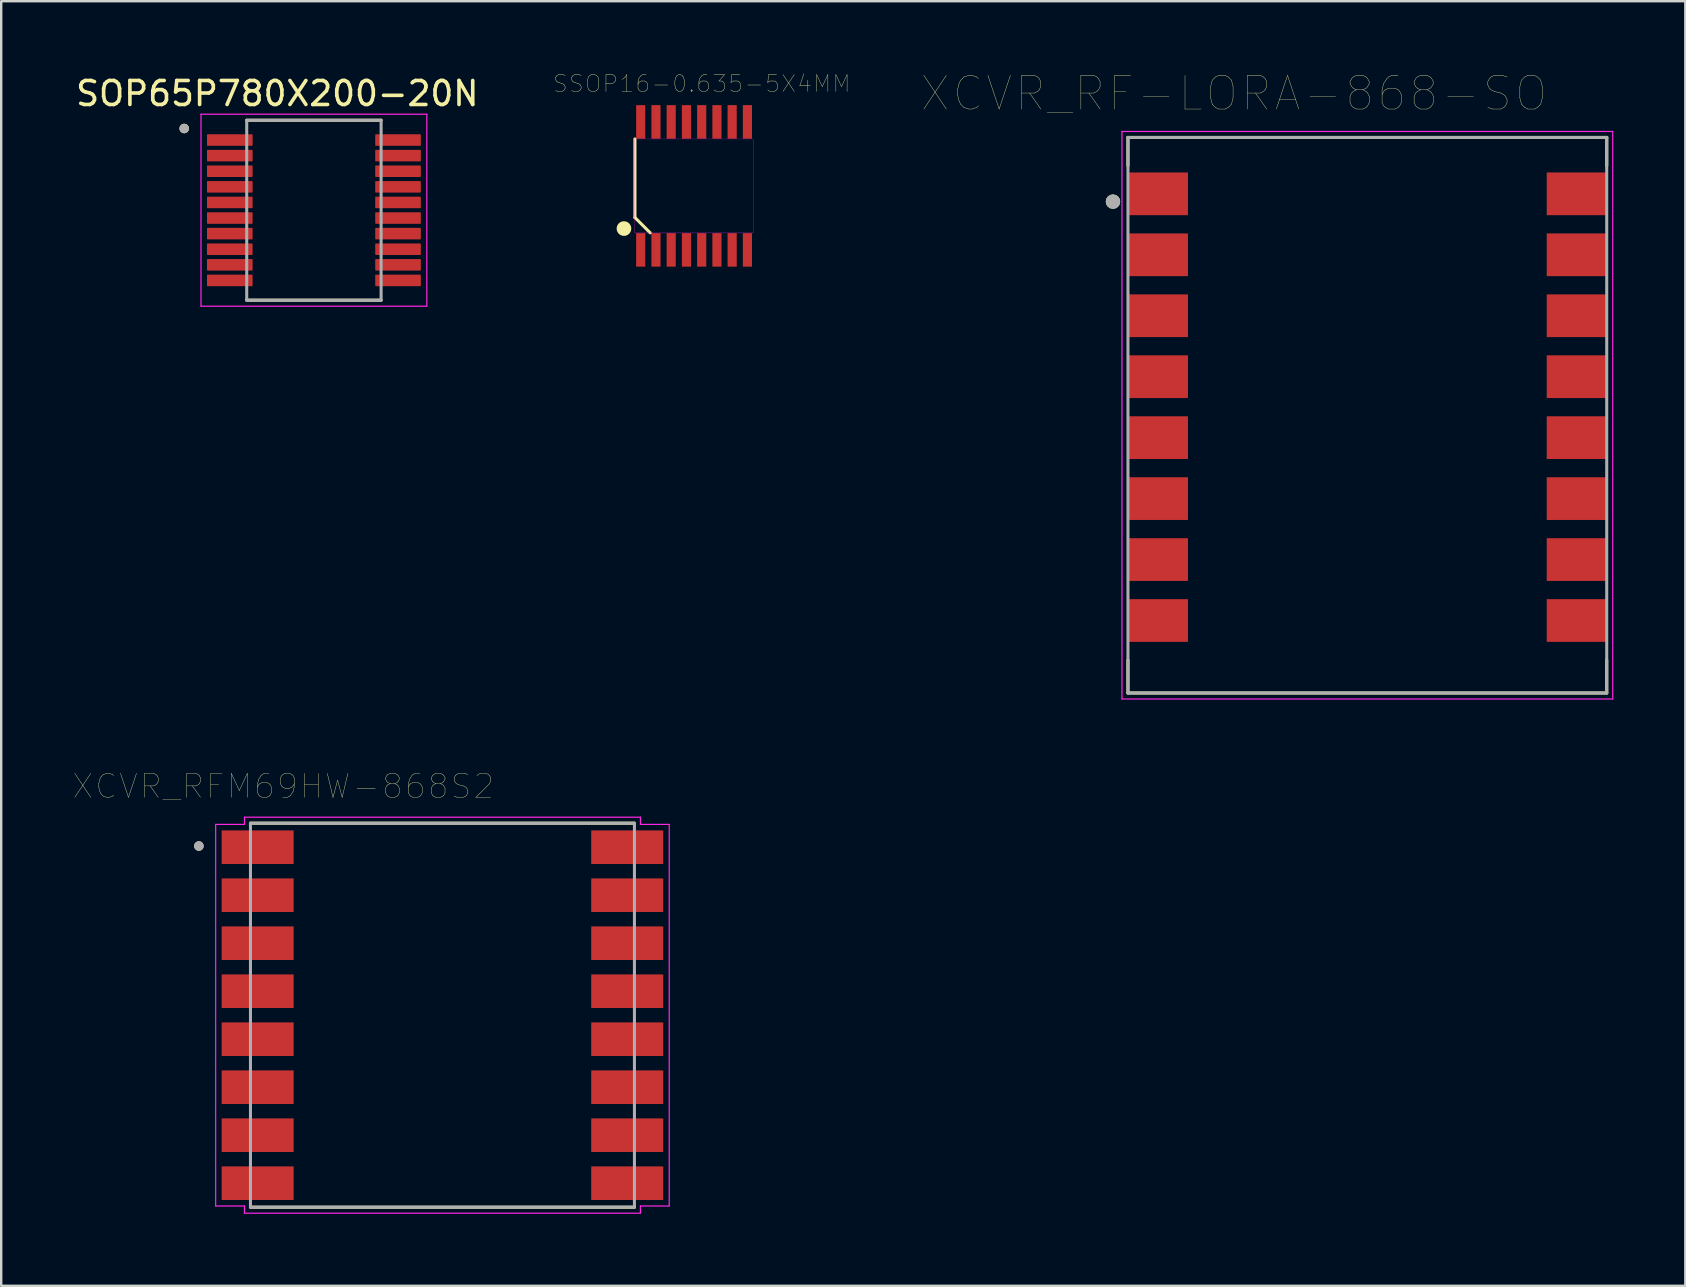
<source format=kicad_pcb>
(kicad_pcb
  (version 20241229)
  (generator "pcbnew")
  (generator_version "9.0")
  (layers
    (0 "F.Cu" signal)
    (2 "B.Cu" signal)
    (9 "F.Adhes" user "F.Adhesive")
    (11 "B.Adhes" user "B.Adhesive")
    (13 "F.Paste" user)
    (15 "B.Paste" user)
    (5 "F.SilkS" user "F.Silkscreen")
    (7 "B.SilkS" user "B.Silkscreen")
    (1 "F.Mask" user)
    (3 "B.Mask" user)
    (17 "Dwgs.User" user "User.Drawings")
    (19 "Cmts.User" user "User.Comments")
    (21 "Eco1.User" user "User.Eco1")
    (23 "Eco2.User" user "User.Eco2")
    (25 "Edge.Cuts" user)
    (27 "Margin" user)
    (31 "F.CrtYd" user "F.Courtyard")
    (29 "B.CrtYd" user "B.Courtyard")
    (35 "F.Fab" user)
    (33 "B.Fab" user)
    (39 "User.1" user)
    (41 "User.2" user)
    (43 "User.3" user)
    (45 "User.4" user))
  (footprint "XCVR_RF-LORA-868-SO"
    (layer "F.Cu")
    (at 53.928 14.252)
    (property "Reference" "XCVR_RF-LORA-868-SO" (at -5.562 -13.406 0) (layer "F.SilkS") (effects (font (size 1.402 1.402) (thickness 0.015))))
    (attr through_hole)
    (fp_line (start -9.975 -11.575) (end -9.975 -10.4) (stroke (width 0.127) (type solid)) (layer "F.SilkS"))
    (fp_line (start -9.975 11.575) (end -9.975 10.2) (stroke (width 0.127) (type solid)) (layer "F.SilkS"))
    (fp_line (start -9.975 11.575) (end 9.975 11.575) (stroke (width 0.127) (type solid)) (layer "F.SilkS"))
    (fp_line (start 9.975 -11.575) (end -9.975 -11.575) (stroke (width 0.127) (type solid)) (layer "F.SilkS"))
    (fp_line (start 9.975 -11.575) (end 9.975 -10.4) (stroke (width 0.127) (type solid)) (layer "F.SilkS"))
    (fp_line (start 9.975 11.575) (end 9.975 10.2) (stroke (width 0.127) (type solid)) (layer "F.SilkS"))
    (fp_circle (center -10.6 -8.9) (end -10.45 -8.9) (stroke (width 0.3) (type solid)) (fill no) (layer "F.SilkS"))
    (fp_line (start -10.225 -11.825) (end 10.225 -11.825) (stroke (width 0.05) (type solid)) (layer "F.CrtYd"))
    (fp_line (start -10.225 11.825) (end -10.225 -11.825) (stroke (width 0.05) (type solid)) (layer "F.CrtYd"))
    (fp_line (start 10.225 -11.825) (end 10.225 11.825) (stroke (width 0.05) (type solid)) (layer "F.CrtYd"))
    (fp_line (start 10.225 11.825) (end -10.225 11.825) (stroke (width 0.05) (type solid)) (layer "F.CrtYd"))
    (fp_line (start -9.975 -11.575) (end 9.975 -11.575) (stroke (width 0.127) (type solid)) (layer "F.Fab"))
    (fp_line (start -9.975 11.575) (end -9.975 -11.575) (stroke (width 0.127) (type solid)) (layer "F.Fab"))
    (fp_line (start 9.975 -11.575) (end 9.975 11.575) (stroke (width 0.127) (type solid)) (layer "F.Fab"))
    (fp_line (start 9.975 11.575) (end -9.975 11.575) (stroke (width 0.127) (type solid)) (layer "F.Fab"))
    (fp_circle (center -10.6 -8.9) (end -10.45 -8.9) (stroke (width 0.3) (type solid)) (fill no) (layer "F.Fab"))
    (pad "1" smd rect (at -8.725 -9.225) (size 2.5 1.78) (layers "F.Cu" "F.Mask" "F.Paste"))
    (pad "2" smd rect (at -8.725 -6.685) (size 2.5 1.78) (layers "F.Cu" "F.Mask" "F.Paste"))
    (pad "3" smd rect (at -8.725 -4.145) (size 2.5 1.78) (layers "F.Cu" "F.Mask" "F.Paste"))
    (pad "4" smd rect (at -8.725 -1.605) (size 2.5 1.78) (layers "F.Cu" "F.Mask" "F.Paste"))
    (pad "5" smd rect (at -8.725 0.935) (size 2.5 1.78) (layers "F.Cu" "F.Mask" "F.Paste"))
    (pad "6" smd rect (at -8.725 3.475) (size 2.5 1.78) (layers "F.Cu" "F.Mask" "F.Paste"))
    (pad "7" smd rect (at -8.725 6.015) (size 2.5 1.78) (layers "F.Cu" "F.Mask" "F.Paste"))
    (pad "8" smd rect (at -8.725 8.555) (size 2.5 1.78) (layers "F.Cu" "F.Mask" "F.Paste"))
    (pad "9" smd rect (at 8.725 8.555) (size 2.5 1.78) (layers "F.Cu" "F.Mask" "F.Paste"))
    (pad "10" smd rect (at 8.725 6.015) (size 2.5 1.78) (layers "F.Cu" "F.Mask" "F.Paste"))
    (pad "11" smd rect (at 8.725 3.475) (size 2.5 1.78) (layers "F.Cu" "F.Mask" "F.Paste"))
    (pad "12" smd rect (at 8.725 0.935) (size 2.5 1.78) (layers "F.Cu" "F.Mask" "F.Paste"))
    (pad "13" smd rect (at 8.725 -1.605) (size 2.5 1.78) (layers "F.Cu" "F.Mask" "F.Paste"))
    (pad "14" smd rect (at 8.725 -4.145) (size 2.5 1.78) (layers "F.Cu" "F.Mask" "F.Paste"))
    (pad "15" smd rect (at 8.725 -6.685) (size 2.5 1.78) (layers "F.Cu" "F.Mask" "F.Paste"))
    (pad "16" smd rect (at 8.725 -9.225) (size 2.5 1.78) (layers "F.Cu" "F.Mask" "F.Paste")))
  (footprint "SOP65P780X200-20N"
    (layer "F.Cu")
    (at 10.031 5.71)
    (property "Reference" "SOP65P780X200-20N" (at -1.525 -4.862 0) (layer "F.SilkS") (effects (font (size 1 1) (thickness 0.15))))
    (attr through_hole)
    (fp_line (start -2.8 -3.75) (end 2.8 -3.75) (stroke (width 0.127) (type solid)) (layer "F.SilkS"))
    (fp_line (start -2.8 3.75) (end 2.8 3.75) (stroke (width 0.127) (type solid)) (layer "F.SilkS"))
    (fp_circle (center -5.405 -3.405) (end -5.305 -3.405) (stroke (width 0.2) (type solid)) (fill no) (layer "F.SilkS"))
    (fp_line (start -4.705 -4) (end -4.705 4) (stroke (width 0.05) (type solid)) (layer "F.CrtYd"))
    (fp_line (start -4.705 -4) (end 4.705 -4) (stroke (width 0.05) (type solid)) (layer "F.CrtYd"))
    (fp_line (start -4.705 4) (end 4.705 4) (stroke (width 0.05) (type solid)) (layer "F.CrtYd"))
    (fp_line (start 4.705 -4) (end 4.705 4) (stroke (width 0.05) (type solid)) (layer "F.CrtYd"))
    (fp_line (start -2.8 -3.75) (end -2.8 3.75) (stroke (width 0.127) (type solid)) (layer "F.Fab"))
    (fp_line (start -2.8 -3.75) (end 2.8 -3.75) (stroke (width 0.127) (type solid)) (layer "F.Fab"))
    (fp_line (start -2.8 3.75) (end 2.8 3.75) (stroke (width 0.127) (type solid)) (layer "F.Fab"))
    (fp_line (start 2.8 -3.75) (end 2.8 3.75) (stroke (width 0.127) (type solid)) (layer "F.Fab"))
    (fp_circle (center -5.405 -3.405) (end -5.305 -3.405) (stroke (width 0.2) (type solid)) (fill no) (layer "F.Fab"))
    (pad "1" smd roundrect (at -3.505 -2.925) (size 1.9 0.48) (layers "F.Cu" "F.Mask" "F.Paste") (roundrect_rratio 0.06))
    (pad "2" smd roundrect (at -3.505 -2.275) (size 1.9 0.48) (layers "F.Cu" "F.Mask" "F.Paste") (roundrect_rratio 0.06))
    (pad "3" smd roundrect (at -3.505 -1.625) (size 1.9 0.48) (layers "F.Cu" "F.Mask" "F.Paste") (roundrect_rratio 0.06))
    (pad "4" smd roundrect (at -3.505 -0.975) (size 1.9 0.48) (layers "F.Cu" "F.Mask" "F.Paste") (roundrect_rratio 0.06))
    (pad "5" smd roundrect (at -3.505 -0.325) (size 1.9 0.48) (layers "F.Cu" "F.Mask" "F.Paste") (roundrect_rratio 0.06))
    (pad "6" smd roundrect (at -3.505 0.325) (size 1.9 0.48) (layers "F.Cu" "F.Mask" "F.Paste") (roundrect_rratio 0.06))
    (pad "7" smd roundrect (at -3.505 0.975) (size 1.9 0.48) (layers "F.Cu" "F.Mask" "F.Paste") (roundrect_rratio 0.06))
    (pad "8" smd roundrect (at -3.505 1.625) (size 1.9 0.48) (layers "F.Cu" "F.Mask" "F.Paste") (roundrect_rratio 0.06))
    (pad "9" smd roundrect (at -3.505 2.275) (size 1.9 0.48) (layers "F.Cu" "F.Mask" "F.Paste") (roundrect_rratio 0.06))
    (pad "10" smd roundrect (at -3.505 2.925) (size 1.9 0.48) (layers "F.Cu" "F.Mask" "F.Paste") (roundrect_rratio 0.06))
    (pad "11" smd roundrect (at 3.505 2.925) (size 1.9 0.48) (layers "F.Cu" "F.Mask" "F.Paste") (roundrect_rratio 0.06))
    (pad "12" smd roundrect (at 3.505 2.275) (size 1.9 0.48) (layers "F.Cu" "F.Mask" "F.Paste") (roundrect_rratio 0.06))
    (pad "13" smd roundrect (at 3.505 1.625) (size 1.9 0.48) (layers "F.Cu" "F.Mask" "F.Paste") (roundrect_rratio 0.06))
    (pad "14" smd roundrect (at 3.505 0.975) (size 1.9 0.48) (layers "F.Cu" "F.Mask" "F.Paste") (roundrect_rratio 0.06))
    (pad "15" smd roundrect (at 3.505 0.325) (size 1.9 0.48) (layers "F.Cu" "F.Mask" "F.Paste") (roundrect_rratio 0.06))
    (pad "16" smd roundrect (at 3.505 -0.325) (size 1.9 0.48) (layers "F.Cu" "F.Mask" "F.Paste") (roundrect_rratio 0.06))
    (pad "17" smd roundrect (at 3.505 -0.975) (size 1.9 0.48) (layers "F.Cu" "F.Mask" "F.Paste") (roundrect_rratio 0.06))
    (pad "18" smd roundrect (at 3.505 -1.625) (size 1.9 0.48) (layers "F.Cu" "F.Mask" "F.Paste") (roundrect_rratio 0.06))
    (pad "19" smd roundrect (at 3.505 -2.275) (size 1.9 0.48) (layers "F.Cu" "F.Mask" "F.Paste") (roundrect_rratio 0.06))
    (pad "20" smd roundrect (at 3.505 -2.925) (size 1.9 0.48) (layers "F.Cu" "F.Mask" "F.Paste") (roundrect_rratio 0.06)))
  (footprint "XCVR_RFM69HW-868S2"
    (layer "F.Cu")
    (at 15.387 39.254)
    (property "Reference" "XCVR_RFM69HW-868S2" (at -6.631 -9.54 0) (layer "F.SilkS") (effects (font (size 1 1) (thickness 0.015))))
    (attr through_hole)
    (fp_line (start -8 -8) (end 8 -8) (stroke (width 0.127) (type solid)) (layer "F.SilkS"))
    (fp_line (start -8 8) (end 8 8) (stroke (width 0.127) (type solid)) (layer "F.SilkS"))
    (fp_circle (center -10.15 -7.05) (end -10.05 -7.05) (stroke (width 0.2) (type solid)) (fill no) (layer "F.SilkS"))
    (fp_line (start -9.45 -7.95) (end -8.25 -7.95) (stroke (width 0.05) (type solid)) (layer "F.CrtYd"))
    (fp_line (start -9.45 7.95) (end -9.45 -7.95) (stroke (width 0.05) (type solid)) (layer "F.CrtYd"))
    (fp_line (start -8.25 -8.25) (end 8.25 -8.25) (stroke (width 0.05) (type solid)) (layer "F.CrtYd"))
    (fp_line (start -8.25 -7.95) (end -8.25 -8.25) (stroke (width 0.05) (type solid)) (layer "F.CrtYd"))
    (fp_line (start -8.25 7.95) (end -9.45 7.95) (stroke (width 0.05) (type solid)) (layer "F.CrtYd"))
    (fp_line (start -8.25 8.25) (end -8.25 7.95) (stroke (width 0.05) (type solid)) (layer "F.CrtYd"))
    (fp_line (start 8.25 -8.25) (end 8.25 -7.95) (stroke (width 0.05) (type solid)) (layer "F.CrtYd"))
    (fp_line (start 8.25 -7.95) (end 9.45 -7.95) (stroke (width 0.05) (type solid)) (layer "F.CrtYd"))
    (fp_line (start 8.25 7.95) (end 8.25 8.25) (stroke (width 0.05) (type solid)) (layer "F.CrtYd"))
    (fp_line (start 8.25 8.25) (end -8.25 8.25) (stroke (width 0.05) (type solid)) (layer "F.CrtYd"))
    (fp_line (start 9.45 -7.95) (end 9.45 7.95) (stroke (width 0.05) (type solid)) (layer "F.CrtYd"))
    (fp_line (start 9.45 7.95) (end 8.25 7.95) (stroke (width 0.05) (type solid)) (layer "F.CrtYd"))
    (fp_line (start -8 -8) (end 8 -8) (stroke (width 0.127) (type solid)) (layer "F.Fab"))
    (fp_line (start -8 8) (end -8 -8) (stroke (width 0.127) (type solid)) (layer "F.Fab"))
    (fp_line (start 8 -8) (end 8 8) (stroke (width 0.127) (type solid)) (layer "F.Fab"))
    (fp_line (start 8 8) (end -8 8) (stroke (width 0.127) (type solid)) (layer "F.Fab"))
    (fp_circle (center -10.15 -7.05) (end -10.05 -7.05) (stroke (width 0.2) (type solid)) (fill no) (layer "F.Fab"))
    (pad "1" smd rect (at -7.7 -7) (size 3 1.4) (layers "F.Cu" "F.Mask" "F.Paste"))
    (pad "2" smd rect (at -7.7 -5) (size 3 1.4) (layers "F.Cu" "F.Mask" "F.Paste"))
    (pad "3" smd rect (at -7.7 -3) (size 3 1.4) (layers "F.Cu" "F.Mask" "F.Paste"))
    (pad "4" smd rect (at -7.7 -1) (size 3 1.4) (layers "F.Cu" "F.Mask" "F.Paste"))
    (pad "5" smd rect (at -7.7 1) (size 3 1.4) (layers "F.Cu" "F.Mask" "F.Paste"))
    (pad "6" smd rect (at -7.7 3) (size 3 1.4) (layers "F.Cu" "F.Mask" "F.Paste"))
    (pad "7" smd rect (at -7.7 5) (size 3 1.4) (layers "F.Cu" "F.Mask" "F.Paste"))
    (pad "8" smd rect (at -7.7 7) (size 3 1.4) (layers "F.Cu" "F.Mask" "F.Paste"))
    (pad "9" smd rect (at 7.7 7) (size 3 1.4) (layers "F.Cu" "F.Mask" "F.Paste"))
    (pad "10" smd rect (at 7.7 5) (size 3 1.4) (layers "F.Cu" "F.Mask" "F.Paste"))
    (pad "11" smd rect (at 7.7 3) (size 3 1.4) (layers "F.Cu" "F.Mask" "F.Paste"))
    (pad "12" smd rect (at 7.7 1) (size 3 1.4) (layers "F.Cu" "F.Mask" "F.Paste"))
    (pad "13" smd rect (at 7.7 -1) (size 3 1.4) (layers "F.Cu" "F.Mask" "F.Paste"))
    (pad "14" smd rect (at 7.7 -3) (size 3 1.4) (layers "F.Cu" "F.Mask" "F.Paste"))
    (pad "15" smd rect (at 7.7 -5) (size 3 1.4) (layers "F.Cu" "F.Mask" "F.Paste"))
    (pad "16" smd rect (at 7.7 -7) (size 3 1.4) (layers "F.Cu" "F.Mask" "F.Paste")))
  (footprint "SSOP16-0.635-5X4MM"
    (layer "F.Cu")
    (at 25.872 4.697)
    (property "Reference" "SSOP16-0.635-5X4MM" (at 0.318 -4.261 0) (layer "F.SilkS") (effects (font (size 0.701 0.701) (thickness 0.015))))
    (attr through_hole)
    (fp_line (start -2.464 1.319) (end -2.464 -1.956) (stroke (width 0.127) (type solid)) (layer "F.SilkS"))
    (fp_line (start -1.827 1.956) (end -2.464 1.319) (stroke (width 0.127) (type solid)) (layer "F.SilkS"))
    (fp_circle (center -2.921 1.778) (end -2.616 1.778) (stroke (width 0) (type solid)) (fill yes) (layer "F.SilkS"))
    (fp_poly (pts (xy -2.467 -1.956) (xy 2.464 -1.956) (xy 2.464 1.959) (xy -2.467 1.959)) (stroke (width 0.01) (type solid)) (fill no) (layer "F.CrtYd"))
    (pad "1" smd rect (at -2.223 2.667) (size 0.381 1.397) (layers "F.Cu" "F.Mask" "F.Paste"))
    (pad "2" smd rect (at -1.587 2.667) (size 0.381 1.397) (layers "F.Cu" "F.Mask" "F.Paste"))
    (pad "3" smd rect (at -0.953 2.667) (size 0.381 1.397) (layers "F.Cu" "F.Mask" "F.Paste"))
    (pad "4" smd rect (at -0.318 2.667) (size 0.381 1.397) (layers "F.Cu" "F.Mask" "F.Paste"))
    (pad "5" smd rect (at 0.318 2.667) (size 0.381 1.397) (layers "F.Cu" "F.Mask" "F.Paste"))
    (pad "6" smd rect (at 0.953 2.667) (size 0.381 1.397) (layers "F.Cu" "F.Mask" "F.Paste"))
    (pad "7" smd rect (at 1.587 2.667) (size 0.381 1.397) (layers "F.Cu" "F.Mask" "F.Paste"))
    (pad "8" smd rect (at 2.223 2.667) (size 0.381 1.397) (layers "F.Cu" "F.Mask" "F.Paste"))
    (pad "9" smd rect (at 2.223 -2.667) (size 0.381 1.397) (layers "F.Cu" "F.Mask" "F.Paste"))
    (pad "10" smd rect (at 1.587 -2.667) (size 0.381 1.397) (layers "F.Cu" "F.Mask" "F.Paste"))
    (pad "11" smd rect (at 0.953 -2.667) (size 0.381 1.397) (layers "F.Cu" "F.Mask" "F.Paste"))
    (pad "12" smd rect (at 0.318 -2.667) (size 0.381 1.397) (layers "F.Cu" "F.Mask" "F.Paste"))
    (pad "13" smd rect (at -0.318 -2.667) (size 0.381 1.397) (layers "F.Cu" "F.Mask" "F.Paste"))
    (pad "14" smd rect (at -0.953 -2.667) (size 0.381 1.397) (layers "F.Cu" "F.Mask" "F.Paste"))
    (pad "15" smd rect (at -1.587 -2.667) (size 0.381 1.397) (layers "F.Cu" "F.Mask" "F.Paste"))
    (pad "16" smd rect (at -2.223 -2.667) (size 0.381 1.397) (layers "F.Cu" "F.Mask" "F.Paste")))
  (gr_rect
    (start -3 -3)
    (end 67.178 50.529)
    (stroke (width 0.1) (type default))
    (fill no)
    (layer "Edge.Cuts")))
</source>
